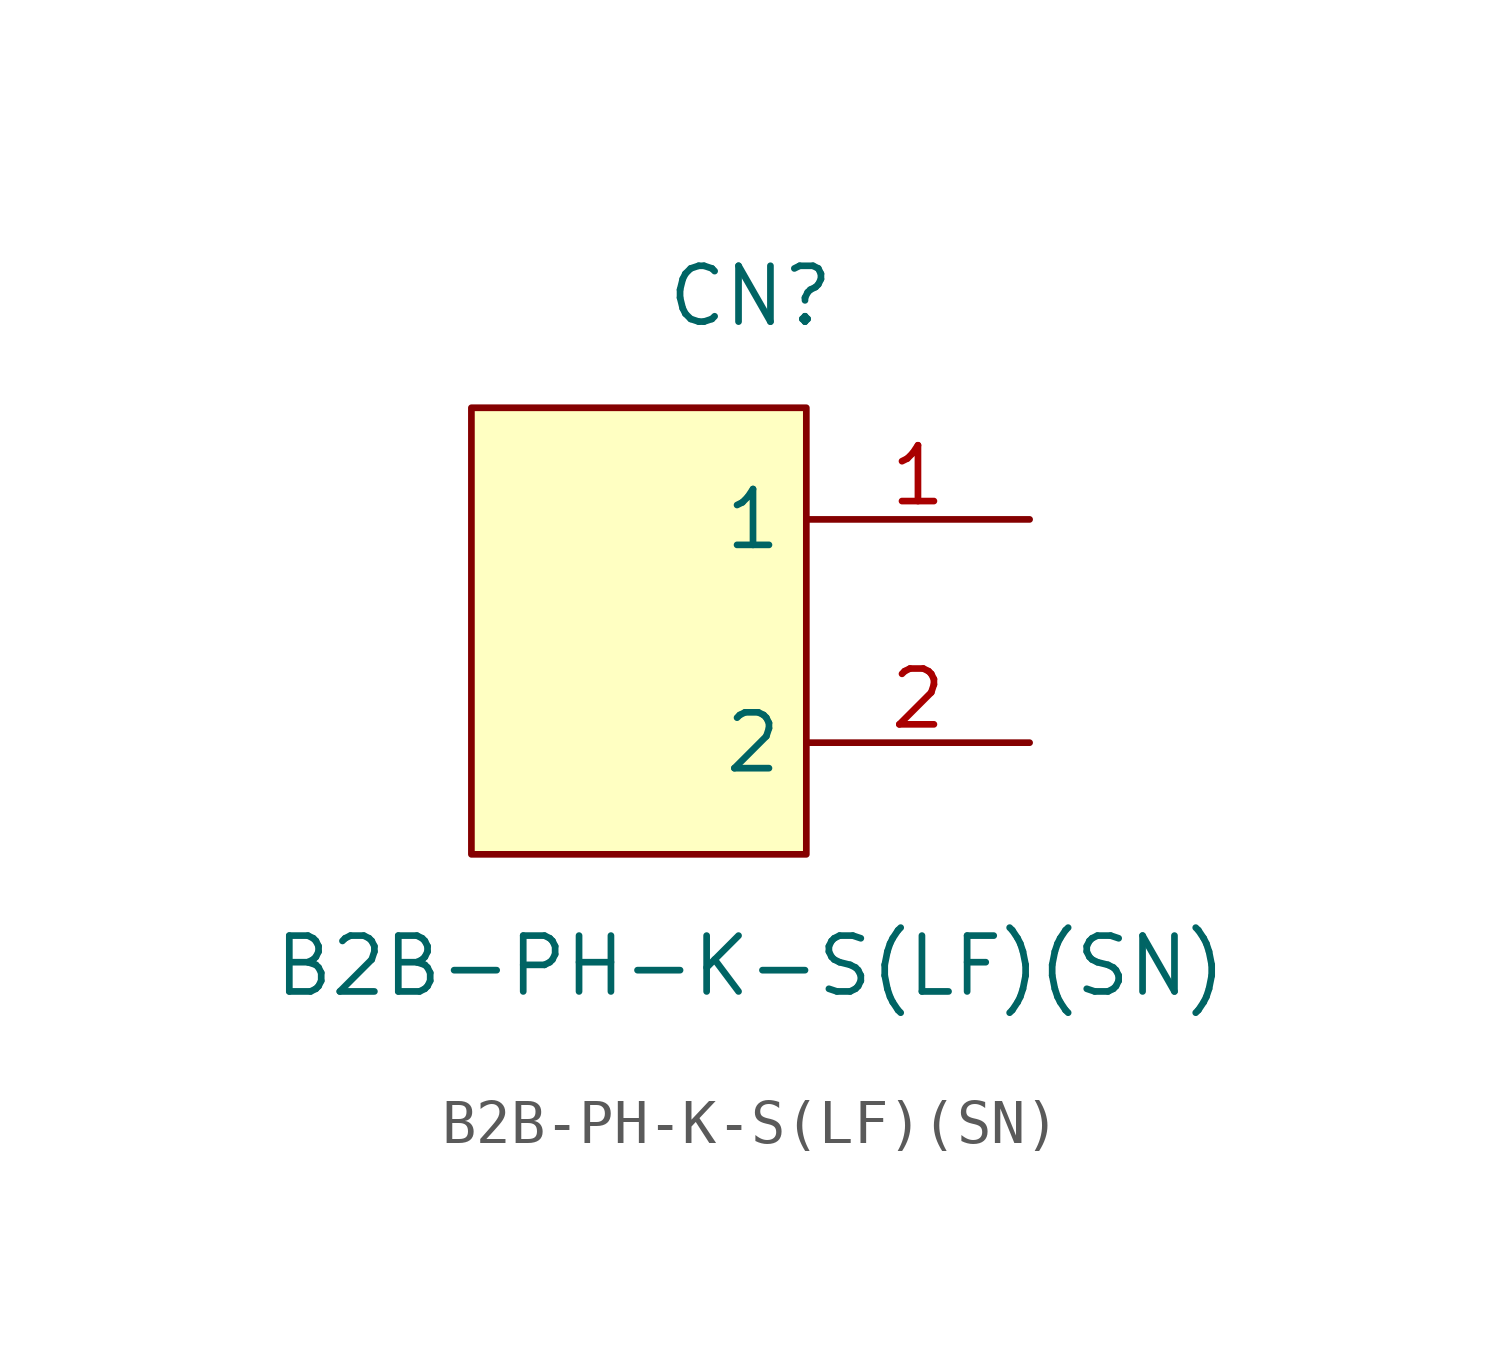
<source format=kicad_sym>
(kicad_symbol_lib
  (version 1)
  (generator "faebryk")
  (symbol "B2B-PH-K-S(LF)(SN)"
    (property "Reference" "CN"
      (at 0 7.62 0)
      (effects (font (size 1.27 1.27)) (hide no)))
    (property "Value" "B2B-PH-K-S(LF)(SN)"
      (at 0 -7.62 0)
      (effects (font (size 1.27 1.27)) (hide no)))
    (symbol "B2B-PH-K-S(LF)(SN)_0_1"
      (rectangle (start -6.35 5.08) (end 1.27 -5.08) (stroke (width 0) (type default) (color 0 0 0 0)) (fill (type background)))
      (pin input line (at 6.35 2.54 180) (length 5.08) (name "1" (effects (font (size 1.27 1.27)) (hide no))) (number "1" (effects (font (size 1.27 1.27)) (hide no))))
      (pin input line (at 6.35 -2.54 180) (length 5.08) (name "2" (effects (font (size 1.27 1.27)) (hide no))) (number "2" (effects (font (size 1.27 1.27)) (hide no)))))))
</source>
